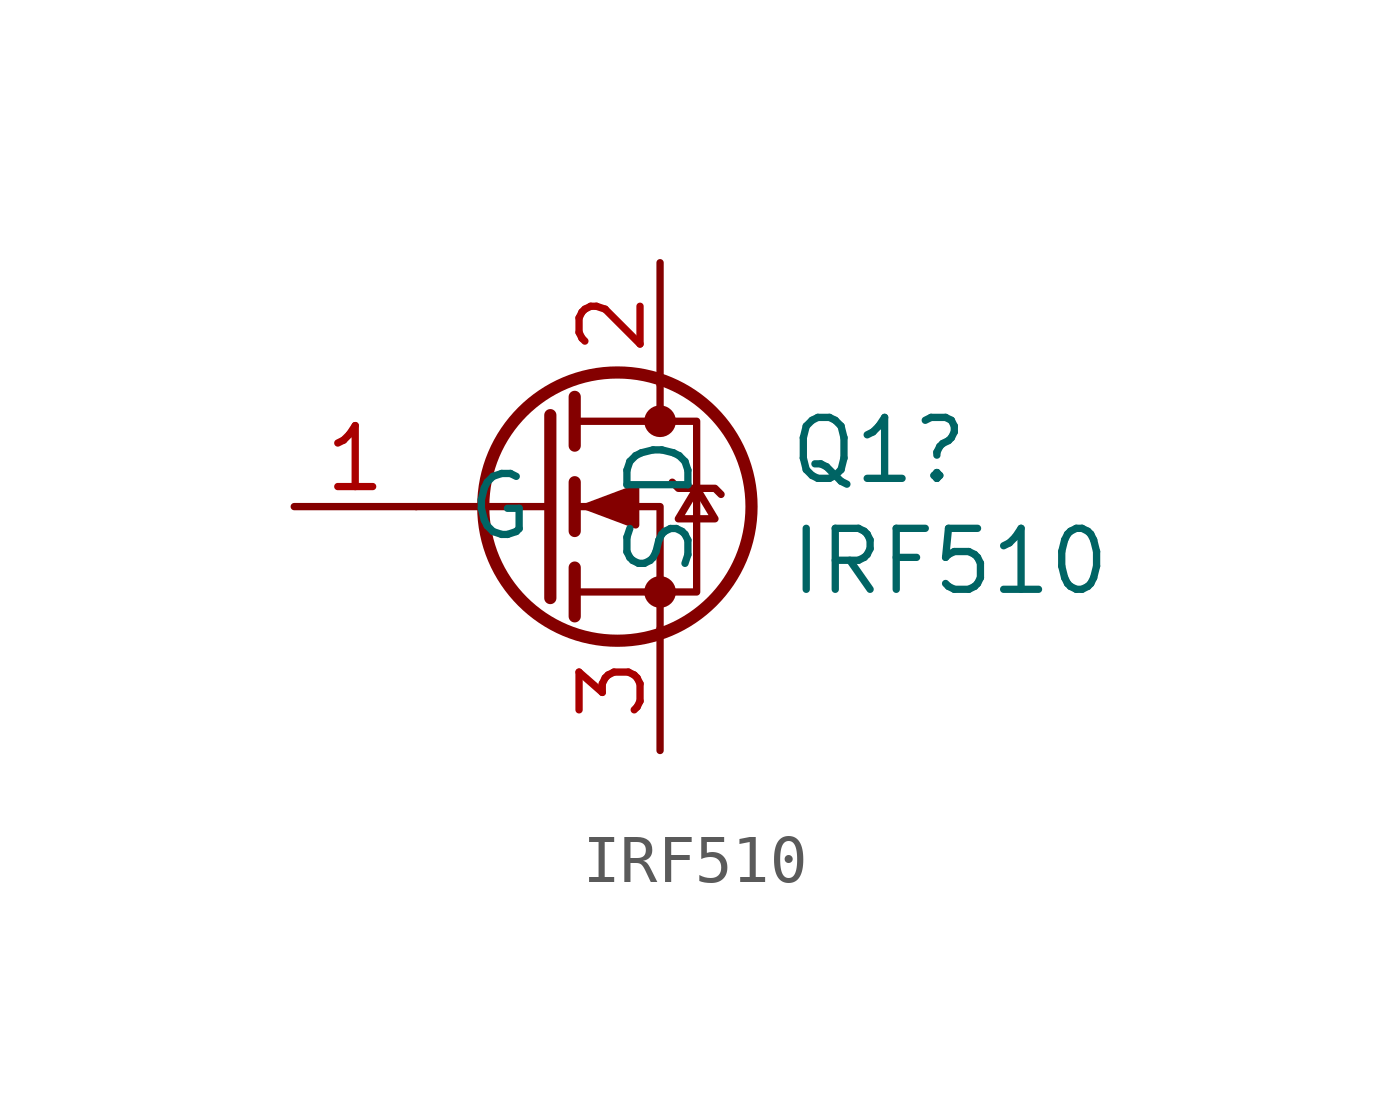
<source format=kicad_sym>
(kicad_symbol_lib
  (version 20211014)
  (generator kicad_symbol_editor)
  (symbol "IRF510"
    (pin_names
      (offset 1.016))
    (property "Reference" "Q1"
      (at 2.642 1.168 0)
      (effects (font (size 1.27 1.27)) (justify left)))
    (property "Value" "IRF510"
      (at 2.642 -1.143 0)
      (effects (font (size 1.27 1.27)) (justify left)))
    (symbol "IRF510_1_1"
      (circle (center -0.889 0) (radius 2.794) (stroke (width 0.254) (type default) (color 0 0 0 0)) (fill (type none)))
      (circle (center 0 -1.778) (radius 0.254) (stroke (width 0) (type default) (color 0 0 0 0)) (fill (type outline)))
      (polyline (pts (xy -2.286 0) (xy -5.08 0)) (stroke (width 0) (type default) (color 0 0 0 0)) (fill (type none)))
      (polyline (pts (xy -2.286 1.905) (xy -2.286 -1.905)) (stroke (width 0.254) (type default) (color 0 0 0 0)) (fill (type none)))
      (polyline (pts (xy -1.778 -1.27) (xy -1.778 -2.286)) (stroke (width 0.254) (type default) (color 0 0 0 0)) (fill (type none)))
      (polyline (pts (xy -1.778 0.508) (xy -1.778 -0.508)) (stroke (width 0.254) (type default) (color 0 0 0 0)) (fill (type none)))
      (polyline (pts (xy -1.778 2.286) (xy -1.778 1.27)) (stroke (width 0.254) (type default) (color 0 0 0 0)) (fill (type none)))
      (polyline (pts (xy 0 2.54) (xy 0 1.778)) (stroke (width 0) (type default) (color 0 0 0 0)) (fill (type none)))
      (polyline (pts (xy 0 -2.54) (xy 0 0) (xy -1.778 0)) (stroke (width 0) (type default) (color 0 0 0 0)) (fill (type none)))
      (polyline (pts (xy -1.778 -1.778) (xy 0.762 -1.778) (xy 0.762 1.778) (xy -1.778 1.778)) (stroke (width 0) (type default) (color 0 0 0 0)) (fill (type none)))
      (polyline (pts (xy -1.524 0) (xy -0.508 0.381) (xy -0.508 -0.381) (xy -1.524 0)) (stroke (width 0) (type default) (color 0 0 0 0)) (fill (type outline)))
      (polyline (pts (xy 0.254 0.508) (xy 0.381 0.381) (xy 1.143 0.381) (xy 1.27 0.254)) (stroke (width 0) (type default) (color 0 0 0 0)) (fill (type none)))
      (polyline (pts (xy 0.762 0.381) (xy 0.381 -0.254) (xy 1.143 -0.254) (xy 0.762 0.381)) (stroke (width 0) (type default) (color 0 0 0 0)) (fill (type none)))
      (circle (center 0 1.778) (radius 0.254) (stroke (width 0) (type default) (color 0 0 0 0)) (fill (type outline)))
      (pin input line (at -7.62 0 0) (length 2.54) (name "G" (effects (font (size 1.27 1.27)))) (number "1" (effects (font (size 1.27 1.27)))))
      (pin passive line (at 0 5.08 270) (length 2.54) (name "D" (effects (font (size 1.27 1.27)))) (number "2" (effects (font (size 1.27 1.27)))))
      (pin passive line (at 0 -5.08 90) (length 2.54) (name "S" (effects (font (size 1.27 1.27)))) (number "3" (effects (font (size 1.27 1.27))))))))
</source>
